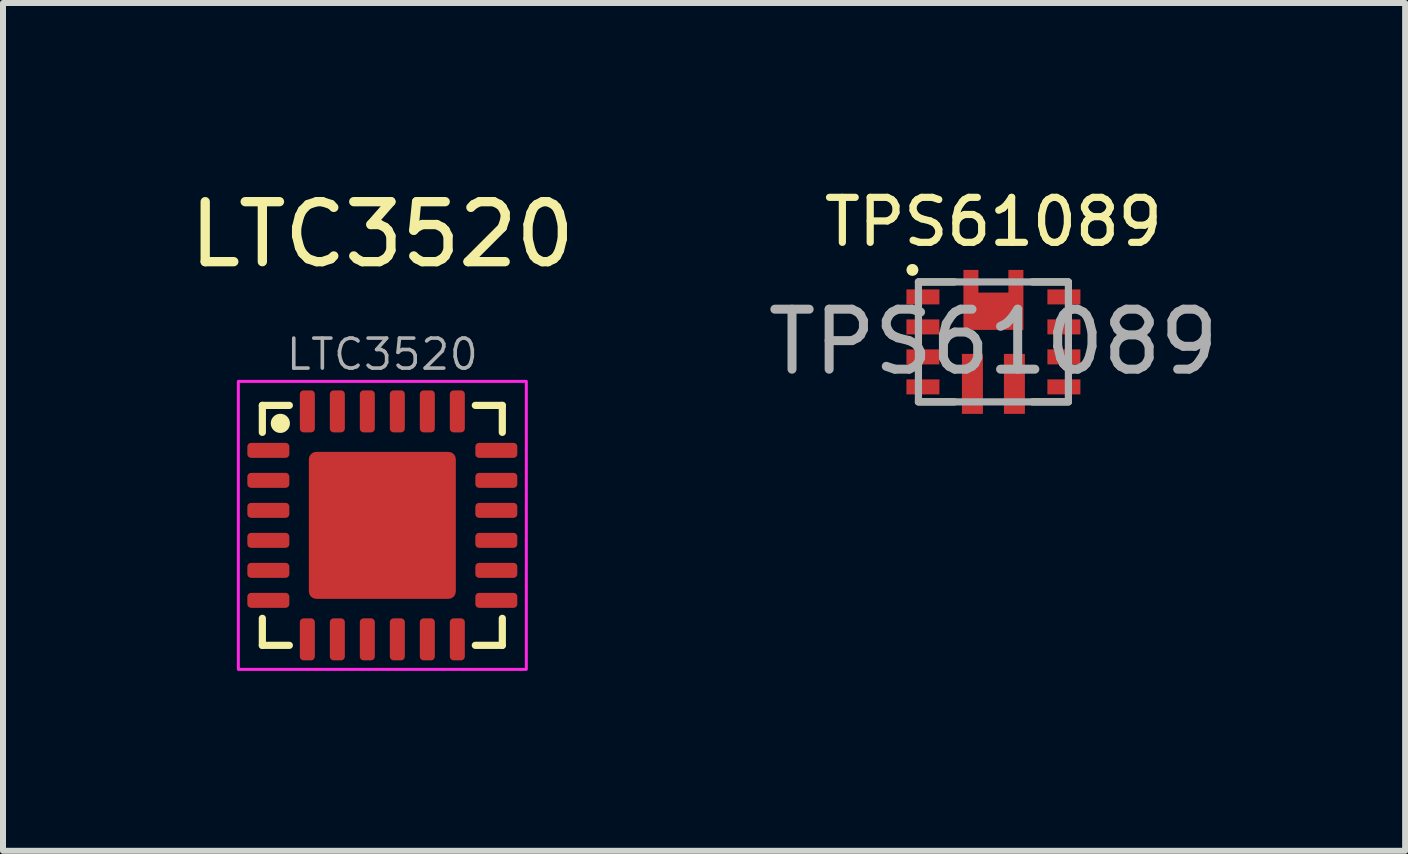
<source format=kicad_pcb>
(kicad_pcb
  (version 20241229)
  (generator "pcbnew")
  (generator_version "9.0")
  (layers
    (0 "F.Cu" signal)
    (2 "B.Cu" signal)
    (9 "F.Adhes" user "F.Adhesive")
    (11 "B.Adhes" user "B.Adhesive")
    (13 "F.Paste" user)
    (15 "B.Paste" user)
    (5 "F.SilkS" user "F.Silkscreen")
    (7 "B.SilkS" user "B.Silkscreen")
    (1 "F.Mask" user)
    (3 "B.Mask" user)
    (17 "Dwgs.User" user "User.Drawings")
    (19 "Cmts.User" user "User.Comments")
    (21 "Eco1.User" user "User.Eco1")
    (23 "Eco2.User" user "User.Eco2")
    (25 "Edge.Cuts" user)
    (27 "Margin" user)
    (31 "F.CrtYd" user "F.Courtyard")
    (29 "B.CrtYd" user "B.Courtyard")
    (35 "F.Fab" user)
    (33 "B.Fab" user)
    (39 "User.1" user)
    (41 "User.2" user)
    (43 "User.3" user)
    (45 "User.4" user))
  (footprint "LTC3520"
    (layer "F.Cu")
    (at 3.323 5.707)
    (property "Reference" "LTC3520" (at 0 -4.85 0) (unlocked yes) (layer "F.SilkS") (effects (font (size 1 1) (thickness 0.155))))
    (attr smd)
    (fp_line (start -2 -2) (end -1.55 -2) (stroke (width 0.12) (type default)) (layer "F.SilkS"))
    (fp_line (start -2 -1.55) (end -2 -2) (stroke (width 0.12) (type default)) (layer "F.SilkS"))
    (fp_line (start -2 2) (end -2 1.55) (stroke (width 0.12) (type default)) (layer "F.SilkS"))
    (fp_line (start -1.55 2) (end -2 2) (stroke (width 0.12) (type default)) (layer "F.SilkS"))
    (fp_line (start 1.55 -2) (end 2 -2) (stroke (width 0.12) (type default)) (layer "F.SilkS"))
    (fp_line (start 2 -2) (end 2 -1.55) (stroke (width 0.12) (type default)) (layer "F.SilkS"))
    (fp_line (start 2 1.55) (end 2 2) (stroke (width 0.12) (type default)) (layer "F.SilkS"))
    (fp_line (start 2 2) (end 1.55 2) (stroke (width 0.12) (type default)) (layer "F.SilkS"))
    (fp_circle (center -1.7 -1.7) (end -1.6 -1.7) (stroke (width 0.12) (type solid)) (fill yes) (layer "F.SilkS"))
    (fp_rect (start -2.4 -2.4) (end 2.4 2.4) (stroke (width 0.05) (type default)) (fill no) (layer "F.CrtYd"))
    (fp_text user "${REFERENCE}" (at 0 -2.85 0) (unlocked yes) (layer "F.Fab") (effects (font (size 0.5 0.5) (thickness 0.06))))
    (pad "1" smd roundrect (at -1.9 -1.25) (size 0.7 0.25) (layers "F.Cu" "F.Mask" "F.Paste") (roundrect_rratio 0.25))
    (pad "2" smd roundrect (at -1.9 -0.75) (size 0.7 0.25) (layers "F.Cu" "F.Mask" "F.Paste") (roundrect_rratio 0.25))
    (pad "3" smd roundrect (at -1.9 -0.25) (size 0.7 0.25) (layers "F.Cu" "F.Mask" "F.Paste") (roundrect_rratio 0.25))
    (pad "4" smd roundrect (at -1.9 0.25) (size 0.7 0.25) (layers "F.Cu" "F.Mask" "F.Paste") (roundrect_rratio 0.25))
    (pad "5" smd roundrect (at -1.9 0.75) (size 0.7 0.25) (layers "F.Cu" "F.Mask" "F.Paste") (roundrect_rratio 0.25))
    (pad "6" smd roundrect (at -1.9 1.25) (size 0.7 0.25) (layers "F.Cu" "F.Mask" "F.Paste") (roundrect_rratio 0.25))
    (pad "7" smd roundrect (at -1.25 1.9 90) (size 0.7 0.25) (layers "F.Cu" "F.Mask" "F.Paste") (roundrect_rratio 0.25))
    (pad "8" smd roundrect (at -0.75 1.9 90) (size 0.7 0.25) (layers "F.Cu" "F.Mask" "F.Paste") (roundrect_rratio 0.25))
    (pad "9" smd roundrect (at -0.25 1.9 90) (size 0.7 0.25) (layers "F.Cu" "F.Mask" "F.Paste") (roundrect_rratio 0.25))
    (pad "10" smd roundrect (at 0.25 1.9 90) (size 0.7 0.25) (layers "F.Cu" "F.Mask" "F.Paste") (roundrect_rratio 0.25))
    (pad "11" smd roundrect (at 0.75 1.9 90) (size 0.7 0.25) (layers "F.Cu" "F.Mask" "F.Paste") (roundrect_rratio 0.25))
    (pad "12" smd roundrect (at 1.25 1.9 90) (size 0.7 0.25) (layers "F.Cu" "F.Mask" "F.Paste") (roundrect_rratio 0.25))
    (pad "13" smd roundrect (at 1.9 1.25 180) (size 0.7 0.25) (layers "F.Cu" "F.Mask" "F.Paste") (roundrect_rratio 0.25))
    (pad "14" smd roundrect (at 1.9 0.75 180) (size 0.7 0.25) (layers "F.Cu" "F.Mask" "F.Paste") (roundrect_rratio 0.25))
    (pad "15" smd roundrect (at 1.9 0.25 180) (size 0.7 0.25) (layers "F.Cu" "F.Mask" "F.Paste") (roundrect_rratio 0.25))
    (pad "16" smd roundrect (at 1.9 -0.25 180) (size 0.7 0.25) (layers "F.Cu" "F.Mask" "F.Paste") (roundrect_rratio 0.25))
    (pad "17" smd roundrect (at 1.9 -0.75 180) (size 0.7 0.25) (layers "F.Cu" "F.Mask" "F.Paste") (roundrect_rratio 0.25))
    (pad "18" smd roundrect (at 1.9 -1.25 180) (size 0.7 0.25) (layers "F.Cu" "F.Mask" "F.Paste") (roundrect_rratio 0.25))
    (pad "19" smd roundrect (at 1.25 -1.9 270) (size 0.7 0.25) (layers "F.Cu" "F.Mask" "F.Paste") (roundrect_rratio 0.25))
    (pad "20" smd roundrect (at 0.75 -1.9 270) (size 0.7 0.25) (layers "F.Cu" "F.Mask" "F.Paste") (roundrect_rratio 0.25))
    (pad "21" smd roundrect (at 0.25 -1.9 270) (size 0.7 0.25) (layers "F.Cu" "F.Mask" "F.Paste") (roundrect_rratio 0.25))
    (pad "22" smd roundrect (at -0.25 -1.9 270) (size 0.7 0.25) (layers "F.Cu" "F.Mask" "F.Paste") (roundrect_rratio 0.25))
    (pad "23" smd roundrect (at -0.75 -1.9 270) (size 0.7 0.25) (layers "F.Cu" "F.Mask" "F.Paste") (roundrect_rratio 0.25))
    (pad "24" smd roundrect (at -1.25 -1.9 270) (size 0.7 0.25) (layers "F.Cu" "F.Mask" "F.Paste") (roundrect_rratio 0.25))
    (pad "25" smd roundrect (at 0 0) (size 2.45 2.45) (layers "F.Cu" "F.Mask" "F.Paste") (roundrect_rratio 0.05)))
  (footprint "TPS61089"
    (layer "F.Cu")
    (at 13.509 2.649)
    (property "Reference" "TPS61089" (at 0 -2 0) (unlocked yes) (layer "F.SilkS") (effects (font (size 0.75 0.75) (thickness 0.12))))
    (attr smd)
    (fp_line (start -1.25 1) (end -0.65 1) (stroke (width 0.12) (type default)) (layer "F.SilkS"))
    (fp_line (start -0.65 -1) (end -1.25 -1) (stroke (width 0.12) (type default)) (layer "F.SilkS"))
    (fp_line (start 1.25 -1) (end 0.65 -1) (stroke (width 0.12) (type default)) (layer "F.SilkS"))
    (fp_line (start 1.25 1) (end 0.65 1) (stroke (width 0.12) (type default)) (layer "F.SilkS"))
    (fp_circle (center -1.35 -1.2) (end -1.35 -1.15) (stroke (width 0.1) (type default)) (fill no) (layer "F.SilkS"))
    (fp_rect (start -1.25 -1) (end 1.25 1) (stroke (width 0.12) (type default)) (fill no) (layer "F.Fab"))
    (fp_text user "${REFERENCE}" (at 0 0 0) (unlocked yes) (layer "F.Fab") (effects (font (size 1 1) (thickness 0.15))))
    (pad "1" smd rect (at -1.175 -0.75) (size 0.55 0.25) (layers "F.Cu" "F.Mask" "F.Paste"))
    (pad "2" smd rect (at -1.175 -0.25) (size 0.55 0.25) (layers "F.Cu" "F.Mask" "F.Paste"))
    (pad "3" smd rect (at -1.175 0.25) (size 0.55 0.25) (layers "F.Cu" "F.Mask" "F.Paste"))
    (pad "4" smd rect (at -1.175 0.75) (size 0.55 0.25) (layers "F.Cu" "F.Mask" "F.Paste"))
    (pad "5" smd rect (at -0.35 0.7) (size 0.35 1) (layers "F.Cu" "F.Mask" "F.Paste"))
    (pad "6" smd rect (at 0.35 0.7) (size 0.35 1) (layers "F.Cu" "F.Mask" "F.Paste"))
    (pad "7" smd rect (at 1.175 0.75 180) (size 0.55 0.25) (layers "F.Cu" "F.Mask" "F.Paste"))
    (pad "8" smd rect (at 1.175 0.25 180) (size 0.55 0.25) (layers "F.Cu" "F.Mask" "F.Paste"))
    (pad "9" smd rect (at 1.175 -0.25 180) (size 0.55 0.25) (layers "F.Cu" "F.Mask" "F.Paste"))
    (pad "10" smd rect (at 1.175 -0.75 180) (size 0.55 0.25) (layers "F.Cu" "F.Mask" "F.Paste"))
    (pad "11" smd custom (at 0 -0.45) (size 1 0.5) (layers "F.Cu" "F.Mask" "F.Paste") (options (anchor rect)) (primitives (gr_poly (pts (xy -0.5 -0.75) (xy -0.5 0.25) (xy 0.5 0.25) (xy 0.5 -0.75) (xy 0.25 -0.75) (xy 0.25 -0.372) (xy -0.25 -0.372) (xy -0.25 -0.75)) (width 0) (fill yes)))))
  (gr_rect
    (start -3 -3)
    (end 20.372 11.132)
    (stroke (width 0.1) (type default))
    (fill no)
    (layer "Edge.Cuts")))
</source>
